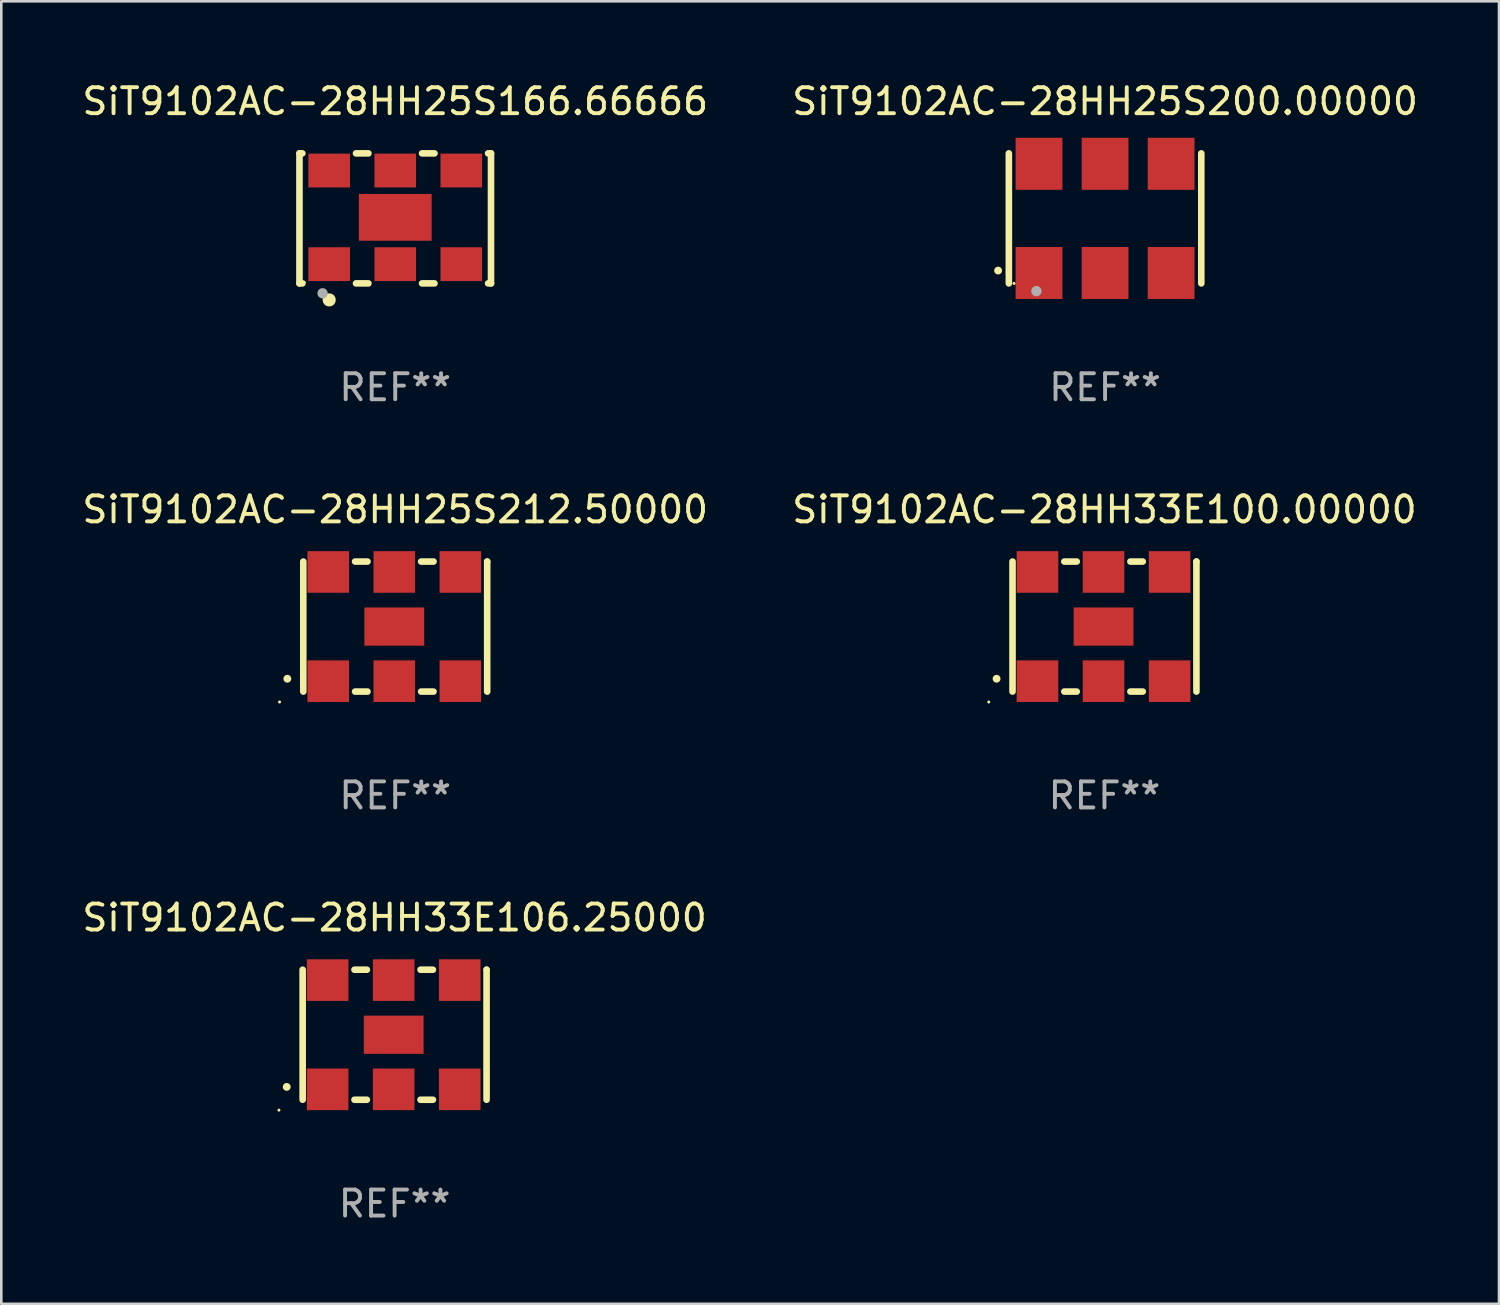
<source format=kicad_pcb>
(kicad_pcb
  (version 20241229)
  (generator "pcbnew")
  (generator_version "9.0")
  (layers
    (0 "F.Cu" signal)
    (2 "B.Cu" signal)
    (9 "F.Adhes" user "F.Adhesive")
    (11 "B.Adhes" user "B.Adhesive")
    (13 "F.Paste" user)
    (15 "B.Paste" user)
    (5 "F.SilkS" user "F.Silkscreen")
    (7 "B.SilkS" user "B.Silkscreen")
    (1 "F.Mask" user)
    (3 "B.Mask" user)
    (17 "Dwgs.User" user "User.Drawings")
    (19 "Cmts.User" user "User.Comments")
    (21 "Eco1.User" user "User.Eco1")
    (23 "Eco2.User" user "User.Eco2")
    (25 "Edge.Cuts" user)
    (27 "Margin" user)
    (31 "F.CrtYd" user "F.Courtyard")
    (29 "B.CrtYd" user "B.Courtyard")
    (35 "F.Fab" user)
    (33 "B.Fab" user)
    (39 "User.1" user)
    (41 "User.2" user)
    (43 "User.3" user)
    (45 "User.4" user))
  (footprint "SiT9102AC-28HH25S166.66666"
    (layer "F.Cu")
    (at 12.149 5.348)
    (property "Reference" "SiT9102AC-28HH25S166.66666" (at 0 -4.5 0) (layer "F.SilkS") (effects (font (size 1 1) (thickness 0.15))))
    (attr through_hole)
    (fp_line (start -3.683 -2.5) (end -3.571 -2.5) (stroke (width 0.254) (type solid)) (layer "F.SilkS"))
    (fp_line (start -3.683 2.5) (end -3.683 -2.5) (stroke (width 0.254) (type solid)) (layer "F.SilkS"))
    (fp_line (start -3.683 2.5) (end -3.571 2.5) (stroke (width 0.254) (type solid)) (layer "F.SilkS"))
    (fp_line (start -1.509 -2.5) (end -1.031 -2.5) (stroke (width 0.254) (type solid)) (layer "F.SilkS"))
    (fp_line (start -1.509 2.5) (end -1.031 2.5) (stroke (width 0.254) (type solid)) (layer "F.SilkS"))
    (fp_line (start 1.031 -2.5) (end 1.509 -2.5) (stroke (width 0.254) (type solid)) (layer "F.SilkS"))
    (fp_line (start 1.031 2.5) (end 1.509 2.5) (stroke (width 0.254) (type solid)) (layer "F.SilkS"))
    (fp_line (start 3.571 -2.5) (end 3.683 -2.5) (stroke (width 0.254) (type solid)) (layer "F.SilkS"))
    (fp_line (start 3.571 2.5) (end 3.683 2.5) (stroke (width 0.254) (type solid)) (layer "F.SilkS"))
    (fp_line (start 3.683 2.5) (end 3.683 -2.5) (stroke (width 0.254) (type solid)) (layer "F.SilkS"))
    (fp_circle (center -3.5 2.46) (end -3.47 2.46) (stroke (width 0.06) (type solid)) (fill no) (layer "F.SilkS"))
    (fp_circle (center -2.54 3.135) (end -2.413 3.135) (stroke (width 0.254) (type solid)) (fill no) (layer "F.SilkS"))
    (fp_circle (center -2.794 2.881) (end -2.694 2.881) (stroke (width 0.2) (type solid)) (fill no) (layer "F.Fab"))
    (fp_text user "REF**" (at 0 6.5 0) (layer "F.Fab") (effects (font (size 1 1) (thickness 0.15))))
    (pad "1" smd rect (at -2.54 1.76) (size 1.6 1.3) (layers "F.Cu" "F.Mask" "F.Paste"))
    (pad "2" smd rect (at 0 1.76) (size 1.6 1.3) (layers "F.Cu" "F.Mask" "F.Paste"))
    (pad "3" smd rect (at 2.54 1.76) (size 1.6 1.3) (layers "F.Cu" "F.Mask" "F.Paste"))
    (pad "4" smd rect (at 2.54 -1.84) (size 1.6 1.3) (layers "F.Cu" "F.Mask" "F.Paste"))
    (pad "5" smd rect (at 0 -1.84) (size 1.6 1.3) (layers "F.Cu" "F.Mask" "F.Paste"))
    (pad "6" smd rect (at -2.54 -1.84) (size 1.6 1.3) (layers "F.Cu" "F.Mask" "F.Paste"))
    (pad "7" smd rect (at 0 -0.04) (size 2.8 1.8) (layers "F.Cu" "F.Mask" "F.Paste")))
  (footprint "SiT9102AC-28HH33E106.25000"
    (layer "F.Cu")
    (at 12.125 36.741)
    (property "Reference" "SiT9102AC-28HH33E106.25000" (at 0 -4.5 0) (layer "F.SilkS") (effects (font (size 1 1) (thickness 0.15))))
    (attr through_hole)
    (fp_line (start -3.536 -2.5) (end -3.536 2.5) (stroke (width 0.254) (type solid)) (layer "F.SilkS"))
    (fp_line (start -1.544 2.5) (end -1.067 2.5) (stroke (width 0.254) (type solid)) (layer "F.SilkS"))
    (fp_line (start -1.067 -2.5) (end -1.544 -2.5) (stroke (width 0.254) (type solid)) (layer "F.SilkS"))
    (fp_line (start 0.996 2.5) (end 1.473 2.5) (stroke (width 0.254) (type solid)) (layer "F.SilkS"))
    (fp_line (start 1.473 -2.5) (end 0.996 -2.5) (stroke (width 0.254) (type solid)) (layer "F.SilkS"))
    (fp_line (start 3.536 -2.5) (end 3.536 -2.5) (stroke (width 0.254) (type solid)) (layer "F.SilkS"))
    (fp_line (start 3.536 2.5) (end 3.536 -2.5) (stroke (width 0.254) (type solid)) (layer "F.SilkS"))
    (fp_arc (start -4.150432 2.006604) (mid -4.149162 2.006599) (end -4.147892 2.006604) (stroke (width 0.3) (type solid)) (layer "F.SilkS"))
    (fp_circle (center -4.449 2.9) (end -4.419 2.9) (stroke (width 0.06) (type solid)) (fill no) (layer "F.SilkS"))
    (fp_text user "REF**" (at 0 6.5 0) (layer "F.Fab") (effects (font (size 1 1) (thickness 0.15))))
    (pad "1" smd rect (at -2.576 2.1) (size 1.6 1.6) (layers "F.Cu" "F.Mask" "F.Paste"))
    (pad "2" smd rect (at -0.036 2.1) (size 1.6 1.6) (layers "F.Cu" "F.Mask" "F.Paste"))
    (pad "3" smd rect (at 2.504 2.1) (size 1.6 1.6) (layers "F.Cu" "F.Mask" "F.Paste"))
    (pad "4" smd rect (at 2.504 -2.1) (size 1.6 1.6) (layers "F.Cu" "F.Mask" "F.Paste"))
    (pad "5" smd rect (at -0.036 -2.1) (size 1.6 1.6) (layers "F.Cu" "F.Mask" "F.Paste"))
    (pad "6" smd rect (at -2.576 -2.1) (size 1.6 1.6) (layers "F.Cu" "F.Mask" "F.Paste"))
    (pad "7" smd rect (at -0.036 0) (size 2.3 1.47) (layers "F.Cu" "F.Mask" "F.Paste")))
  (footprint "SiT9102AC-28HH33E100.00000"
    (layer "F.Cu")
    (at 39.423 21.045)
    (property "Reference" "SiT9102AC-28HH33E100.00000" (at 0 -4.5 0) (layer "F.SilkS") (effects (font (size 1 1) (thickness 0.15))))
    (attr through_hole)
    (fp_line (start -3.536 -2.5) (end -3.536 2.5) (stroke (width 0.254) (type solid)) (layer "F.SilkS"))
    (fp_line (start -1.544 2.5) (end -1.067 2.5) (stroke (width 0.254) (type solid)) (layer "F.SilkS"))
    (fp_line (start -1.067 -2.5) (end -1.544 -2.5) (stroke (width 0.254) (type solid)) (layer "F.SilkS"))
    (fp_line (start 0.996 2.5) (end 1.473 2.5) (stroke (width 0.254) (type solid)) (layer "F.SilkS"))
    (fp_line (start 1.473 -2.5) (end 0.996 -2.5) (stroke (width 0.254) (type solid)) (layer "F.SilkS"))
    (fp_line (start 3.536 -2.5) (end 3.536 -2.5) (stroke (width 0.254) (type solid)) (layer "F.SilkS"))
    (fp_line (start 3.536 2.5) (end 3.536 -2.5) (stroke (width 0.254) (type solid)) (layer "F.SilkS"))
    (fp_arc (start -4.150432 2.006604) (mid -4.149162 2.006599) (end -4.147892 2.006604) (stroke (width 0.3) (type solid)) (layer "F.SilkS"))
    (fp_circle (center -4.449 2.9) (end -4.419 2.9) (stroke (width 0.06) (type solid)) (fill no) (layer "F.SilkS"))
    (fp_text user "REF**" (at 0 6.5 0) (layer "F.Fab") (effects (font (size 1 1) (thickness 0.15))))
    (pad "1" smd rect (at -2.576 2.1) (size 1.6 1.6) (layers "F.Cu" "F.Mask" "F.Paste"))
    (pad "2" smd rect (at -0.036 2.1) (size 1.6 1.6) (layers "F.Cu" "F.Mask" "F.Paste"))
    (pad "3" smd rect (at 2.504 2.1) (size 1.6 1.6) (layers "F.Cu" "F.Mask" "F.Paste"))
    (pad "4" smd rect (at 2.504 -2.1) (size 1.6 1.6) (layers "F.Cu" "F.Mask" "F.Paste"))
    (pad "5" smd rect (at -0.036 -2.1) (size 1.6 1.6) (layers "F.Cu" "F.Mask" "F.Paste"))
    (pad "6" smd rect (at -2.576 -2.1) (size 1.6 1.6) (layers "F.Cu" "F.Mask" "F.Paste"))
    (pad "7" smd rect (at -0.036 0) (size 2.3 1.47) (layers "F.Cu" "F.Mask" "F.Paste")))
  (footprint "SiT9102AC-28HH25S212.50000"
    (layer "F.Cu")
    (at 12.149 21.045)
    (property "Reference" "SiT9102AC-28HH25S212.50000" (at 0 -4.5 0) (layer "F.SilkS") (effects (font (size 1 1) (thickness 0.15))))
    (attr through_hole)
    (fp_line (start -3.536 -2.5) (end -3.536 2.5) (stroke (width 0.254) (type solid)) (layer "F.SilkS"))
    (fp_line (start -1.544 2.5) (end -1.067 2.5) (stroke (width 0.254) (type solid)) (layer "F.SilkS"))
    (fp_line (start -1.067 -2.5) (end -1.544 -2.5) (stroke (width 0.254) (type solid)) (layer "F.SilkS"))
    (fp_line (start 0.996 2.5) (end 1.473 2.5) (stroke (width 0.254) (type solid)) (layer "F.SilkS"))
    (fp_line (start 1.473 -2.5) (end 0.996 -2.5) (stroke (width 0.254) (type solid)) (layer "F.SilkS"))
    (fp_line (start 3.536 -2.5) (end 3.536 -2.5) (stroke (width 0.254) (type solid)) (layer "F.SilkS"))
    (fp_line (start 3.536 2.5) (end 3.536 -2.5) (stroke (width 0.254) (type solid)) (layer "F.SilkS"))
    (fp_arc (start -4.150432 2.006604) (mid -4.149162 2.006599) (end -4.147892 2.006604) (stroke (width 0.3) (type solid)) (layer "F.SilkS"))
    (fp_circle (center -4.449 2.9) (end -4.419 2.9) (stroke (width 0.06) (type solid)) (fill no) (layer "F.SilkS"))
    (fp_text user "REF**" (at 0 6.5 0) (layer "F.Fab") (effects (font (size 1 1) (thickness 0.15))))
    (pad "1" smd rect (at -2.576 2.1) (size 1.6 1.6) (layers "F.Cu" "F.Mask" "F.Paste"))
    (pad "2" smd rect (at -0.036 2.1) (size 1.6 1.6) (layers "F.Cu" "F.Mask" "F.Paste"))
    (pad "3" smd rect (at 2.504 2.1) (size 1.6 1.6) (layers "F.Cu" "F.Mask" "F.Paste"))
    (pad "4" smd rect (at 2.504 -2.1) (size 1.6 1.6) (layers "F.Cu" "F.Mask" "F.Paste"))
    (pad "5" smd rect (at -0.036 -2.1) (size 1.6 1.6) (layers "F.Cu" "F.Mask" "F.Paste"))
    (pad "6" smd rect (at -2.576 -2.1) (size 1.6 1.6) (layers "F.Cu" "F.Mask" "F.Paste"))
    (pad "7" smd rect (at -0.036 0) (size 2.3 1.47) (layers "F.Cu" "F.Mask" "F.Paste")))
  (footprint "SiT9102AC-28HH25S200.00000"
    (layer "F.Cu")
    (at 39.446 5.348)
    (property "Reference" "SiT9102AC-28HH25S200.00000" (at 0 -4.5 0) (layer "F.SilkS") (effects (font (size 1 1) (thickness 0.15))))
    (attr through_hole)
    (fp_line (start -3.7 -2.5) (end -3.7 2.5) (stroke (width 0.254) (type solid)) (layer "F.SilkS"))
    (fp_line (start 3.7 -2.5) (end 3.7 2.5) (stroke (width 0.254) (type solid)) (layer "F.SilkS"))
    (fp_arc (start -4.114415 2.006604) (mid -4.113145 2.006599) (end -4.111875 2.006604) (stroke (width 0.3) (type solid)) (layer "F.SilkS"))
    (fp_circle (center -3.5 2.501) (end -3.47 2.501) (stroke (width 0.06) (type solid)) (fill no) (layer "F.SilkS"))
    (fp_circle (center -2.641 2.799) (end -2.541 2.799) (stroke (width 0.2) (type solid)) (fill no) (layer "F.Fab"))
    (fp_text user "REF**" (at 0 6.5 0) (layer "F.Fab") (effects (font (size 1 1) (thickness 0.15))))
    (pad "1" smd rect (at -2.54 2.1) (size 1.8 2) (layers "F.Cu" "F.Mask" "F.Paste"))
    (pad "2" smd rect (at 0.000394 2.1) (size 1.8 2) (layers "F.Cu" "F.Mask" "F.Paste"))
    (pad "3" smd rect (at 2.54 2.1) (size 1.8 2) (layers "F.Cu" "F.Mask" "F.Paste"))
    (pad "4" smd rect (at 2.54 -2.1) (size 1.8 2) (layers "F.Cu" "F.Mask" "F.Paste"))
    (pad "5" smd rect (at 0.000394 -2.1) (size 1.8 2) (layers "F.Cu" "F.Mask" "F.Paste"))
    (pad "6" smd rect (at -2.54 -2.1) (size 1.8 2) (layers "F.Cu" "F.Mask" "F.Paste")))
  (gr_rect
    (start -3 -3)
    (end 54.595 47.09)
    (stroke (width 0.1) (type default))
    (fill no)
    (layer "Edge.Cuts")))
</source>
